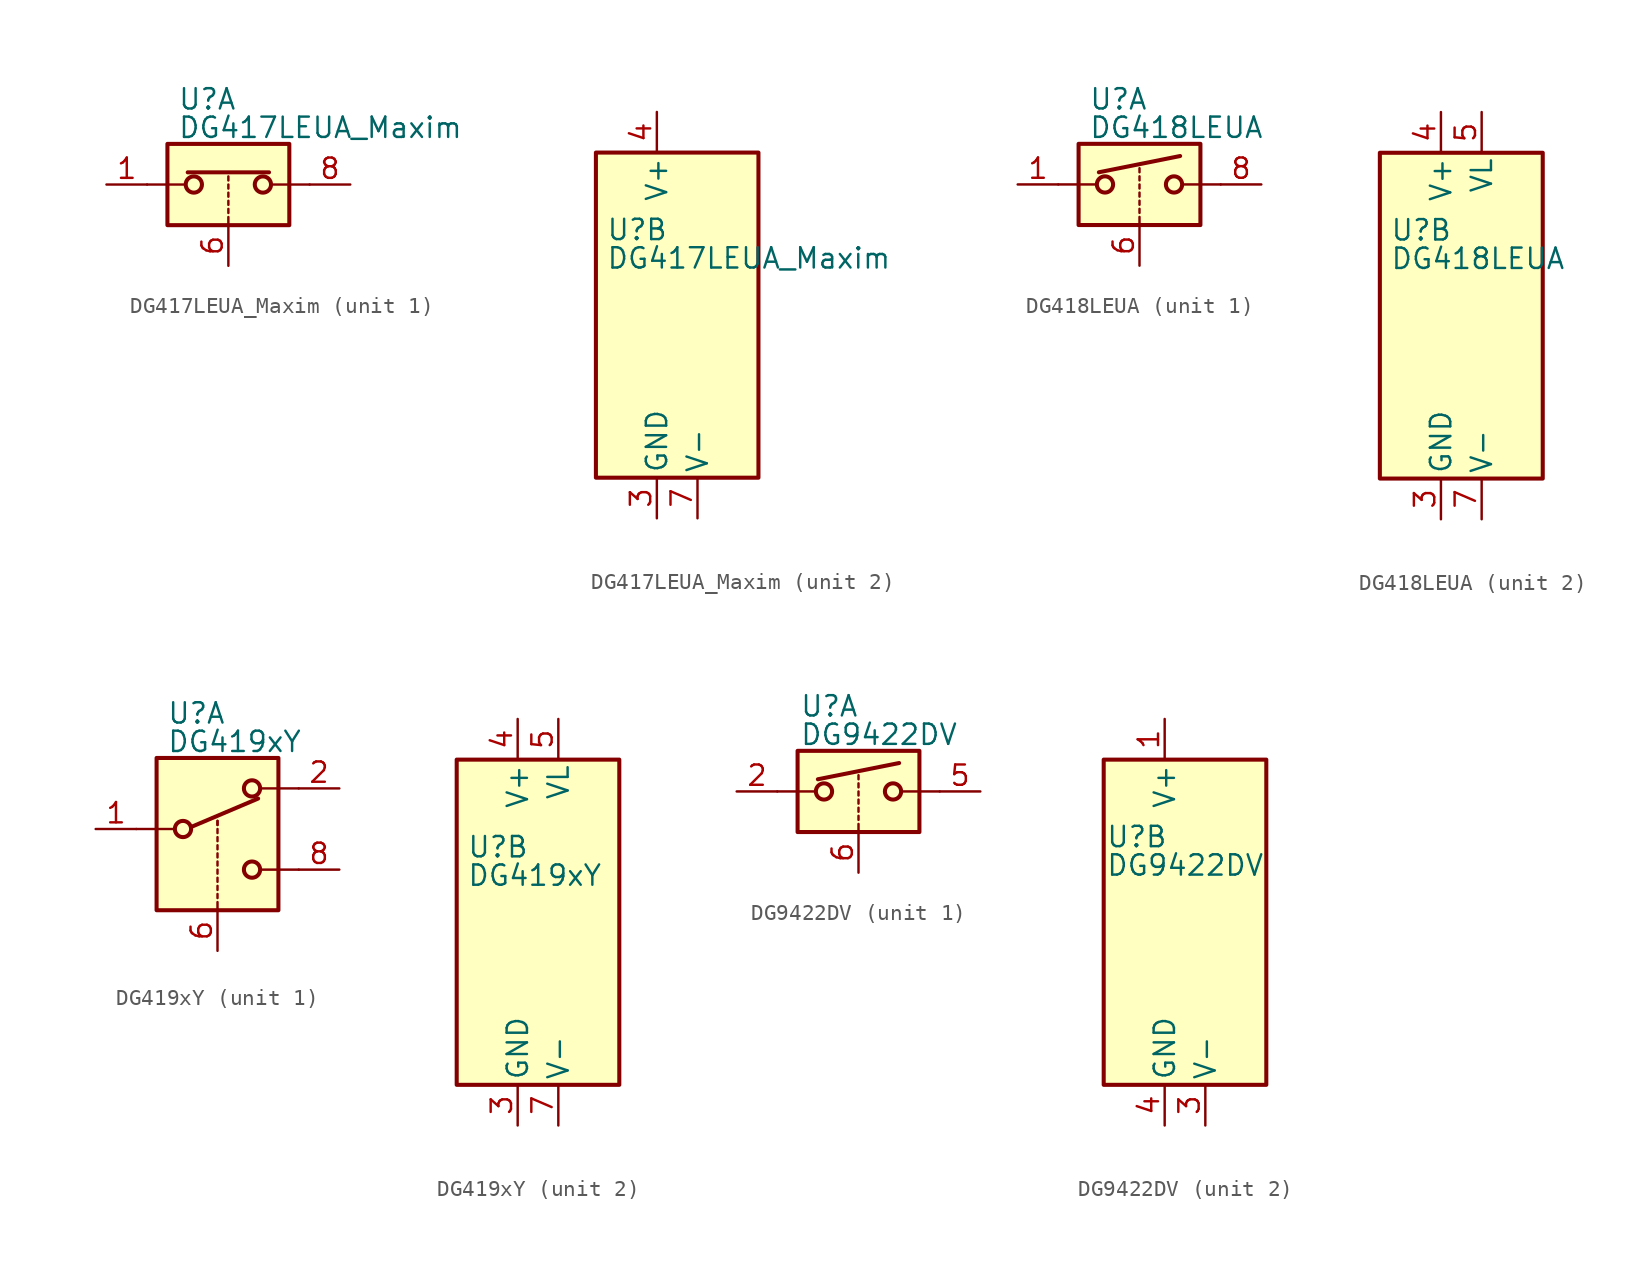
<source format=kicad_sym>
(kicad_symbol_lib
  (version 20220914)
  (generator kicad_symbol_editor)
  (symbol "DG417LEUA_Maxim"
    (pin_names
      (offset 0.254))
    (property "Reference" "U"
      (at -3.175 5.334 0)
      (effects (font (size 1.27 1.27)) (justify left)))
    (property "Value" "DG417LEUA_Maxim"
      (at -3.175 3.556 0)
      (effects (font (size 1.27 1.27)) (justify left)))
    (symbol "DG417LEUA_Maxim_1_1"
      (rectangle (start -3.81 2.54) (end 3.81 -2.54) (stroke (width 0.254) (type default)) (fill (type background)))
      (circle (center -2.159 0) (radius 0.508) (stroke (width 0.254) (type default)) (fill (type none)))
      (polyline (pts (xy -5.08 0) (xy -2.794 0)) (stroke (width 0) (type default)) (fill (type none)))
      (polyline (pts (xy -2.54 0.762) (xy 2.54 0.762)) (stroke (width 0.254) (type default)) (fill (type none)))
      (polyline (pts (xy 0 -2.54) (xy 0 -2.032)) (stroke (width 0) (type default)) (fill (type none)))
      (polyline (pts (xy 0 -1.778) (xy 0 -1.524)) (stroke (width 0) (type default)) (fill (type none)))
      (polyline (pts (xy 0 -1.27) (xy 0 -1.016)) (stroke (width 0) (type default)) (fill (type none)))
      (polyline (pts (xy 0 -0.762) (xy 0 -0.508)) (stroke (width 0) (type default)) (fill (type none)))
      (polyline (pts (xy 0 -0.254) (xy 0 0)) (stroke (width 0) (type default)) (fill (type none)))
      (polyline (pts (xy 0 0.254) (xy 0 0.508)) (stroke (width 0) (type default)) (fill (type none)))
      (polyline (pts (xy 5.08 0) (xy 2.794 0)) (stroke (width 0) (type default)) (fill (type none)))
      (circle (center 2.159 0) (radius 0.508) (stroke (width 0.254) (type default)) (fill (type none)))
      (pin passive line (at -7.62 0 0) (length 2.54) (name "~" (effects (font (size 1.27 1.27)))) (number "1" (effects (font (size 1.27 1.27)))))
      (pin input line (at 0 -5.08 90) (length 2.54) (name "~" (effects (font (size 1.27 1.27)))) (number "6" (effects (font (size 1.27 1.27)))))
      (pin passive line (at 7.62 0 180) (length 2.54) (name "~" (effects (font (size 1.27 1.27)))) (number "8" (effects (font (size 1.27 1.27))))))
    (symbol "DG417LEUA_Maxim_2_0"
      (pin no_connect line (at -2.54 10.16 270) (length 2.54) hide (name "NC" (effects (font (size 1.27 1.27)))) (number "2" (effects (font (size 1.27 1.27)))))
      (pin power_in line (at 0 -12.7 90) (length 2.54) (name "GND" (effects (font (size 1.27 1.27)))) (number "3" (effects (font (size 1.27 1.27)))))
      (pin power_in line (at 0 12.7 270) (length 2.54) (name "V+" (effects (font (size 1.27 1.27)))) (number "4" (effects (font (size 1.27 1.27)))))
      (pin no_connect line (at 2.54 10.16 270) (length 2.54) hide (name "NC" (effects (font (size 1.27 1.27)))) (number "5" (effects (font (size 1.27 1.27)))))
      (pin power_in line (at 2.54 -12.7 90) (length 2.54) (name "V-" (effects (font (size 1.27 1.27)))) (number "7" (effects (font (size 1.27 1.27))))))
    (symbol "DG417LEUA_Maxim_2_1"
      (rectangle (start -3.81 10.16) (end 6.35 -10.16) (stroke (width 0.254) (type default)) (fill (type background)))))
  (symbol "DG418LEUA"
    (pin_names
      (offset 0.254))
    (property "Reference" "U"
      (at -3.175 5.334 0)
      (effects (font (size 1.27 1.27)) (justify left)))
    (property "Value" "DG418LEUA"
      (at -3.175 3.556 0)
      (effects (font (size 1.27 1.27)) (justify left)))
    (symbol "DG418LEUA_1_1"
      (rectangle (start -3.81 2.54) (end 3.81 -2.54) (stroke (width 0.254) (type default)) (fill (type background)))
      (circle (center -2.159 0) (radius 0.508) (stroke (width 0.254) (type default)) (fill (type none)))
      (polyline (pts (xy -5.08 0) (xy -2.794 0)) (stroke (width 0) (type default)) (fill (type none)))
      (polyline (pts (xy -2.54 0.762) (xy 2.54 1.778)) (stroke (width 0.254) (type default)) (fill (type none)))
      (polyline (pts (xy 0 -2.54) (xy 0 -2.032)) (stroke (width 0) (type default)) (fill (type none)))
      (polyline (pts (xy 0 -1.778) (xy 0 -1.524)) (stroke (width 0) (type default)) (fill (type none)))
      (polyline (pts (xy 0 -1.27) (xy 0 -1.016)) (stroke (width 0) (type default)) (fill (type none)))
      (polyline (pts (xy 0 -0.762) (xy 0 -0.508)) (stroke (width 0) (type default)) (fill (type none)))
      (polyline (pts (xy 0 -0.254) (xy 0 0)) (stroke (width 0) (type default)) (fill (type none)))
      (polyline (pts (xy 0 0.254) (xy 0 0.508)) (stroke (width 0) (type default)) (fill (type none)))
      (polyline (pts (xy 0 0.762) (xy 0 1.016)) (stroke (width 0) (type default)) (fill (type none)))
      (polyline (pts (xy 5.08 0) (xy 2.794 0)) (stroke (width 0) (type default)) (fill (type none)))
      (circle (center 2.159 0) (radius 0.508) (stroke (width 0.254) (type default)) (fill (type none)))
      (pin passive line (at -7.62 0 0) (length 2.54) (name "~" (effects (font (size 1.27 1.27)))) (number "1" (effects (font (size 1.27 1.27)))))
      (pin input line (at 0 -5.08 90) (length 2.54) (name "~" (effects (font (size 1.27 1.27)))) (number "6" (effects (font (size 1.27 1.27)))))
      (pin passive line (at 7.62 0 180) (length 2.54) (name "~" (effects (font (size 1.27 1.27)))) (number "8" (effects (font (size 1.27 1.27))))))
    (symbol "DG418LEUA_2_0"
      (pin no_connect line (at -2.54 10.16 270) (length 2.54) hide (name "NC" (effects (font (size 1.27 1.27)))) (number "2" (effects (font (size 1.27 1.27)))))
      (pin power_in line (at 0 -12.7 90) (length 2.54) (name "GND" (effects (font (size 1.27 1.27)))) (number "3" (effects (font (size 1.27 1.27)))))
      (pin power_in line (at 0 12.7 270) (length 2.54) (name "V+" (effects (font (size 1.27 1.27)))) (number "4" (effects (font (size 1.27 1.27)))))
      (pin power_in line (at 2.54 12.7 270) (length 2.54) (name "VL" (effects (font (size 1.27 1.27)))) (number "5" (effects (font (size 1.27 1.27)))))
      (pin power_in line (at 2.54 -12.7 90) (length 2.54) (name "V-" (effects (font (size 1.27 1.27)))) (number "7" (effects (font (size 1.27 1.27))))))
    (symbol "DG418LEUA_2_1"
      (rectangle (start -3.81 10.16) (end 6.35 -10.16) (stroke (width 0.254) (type default)) (fill (type background)))))
  (symbol "DG419xY"
    (pin_names
      (offset 0.254))
    (property "Reference" "U"
      (at -3.175 4.699 0)
      (effects (font (size 1.27 1.27)) (justify left)))
    (property "Value" "DG419xY"
      (at -3.175 2.921 0)
      (effects (font (size 1.27 1.27)) (justify left)))
    (symbol "DG419xY_1_1"
      (rectangle (start -3.81 1.905) (end 3.81 -7.62) (stroke (width 0.254) (type default)) (fill (type background)))
      (circle (center -2.159 -2.54) (radius 0.508) (stroke (width 0.254) (type default)) (fill (type none)))
      (polyline (pts (xy -5.08 -2.54) (xy -2.794 -2.54)) (stroke (width 0) (type default)) (fill (type none)))
      (polyline (pts (xy -1.651 -2.413) (xy 2.54 -0.635)) (stroke (width 0.254) (type default)) (fill (type none)))
      (polyline (pts (xy 0 -7.62) (xy 0 -7.112)) (stroke (width 0) (type default)) (fill (type none)))
      (polyline (pts (xy 0 -6.858) (xy 0 -6.604)) (stroke (width 0) (type default)) (fill (type none)))
      (polyline (pts (xy 0 -6.35) (xy 0 -6.096)) (stroke (width 0) (type default)) (fill (type none)))
      (polyline (pts (xy 0 -5.842) (xy 0 -5.588)) (stroke (width 0) (type default)) (fill (type none)))
      (polyline (pts (xy 0 -5.334) (xy 0 -5.08)) (stroke (width 0) (type default)) (fill (type none)))
      (polyline (pts (xy 0 -4.826) (xy 0 -4.572)) (stroke (width 0) (type default)) (fill (type none)))
      (polyline (pts (xy 0 -4.318) (xy 0 -4.064)) (stroke (width 0) (type default)) (fill (type none)))
      (polyline (pts (xy 0 -3.81) (xy 0 -3.556)) (stroke (width 0) (type default)) (fill (type none)))
      (polyline (pts (xy 0 -3.302) (xy 0 -3.048)) (stroke (width 0) (type default)) (fill (type none)))
      (polyline (pts (xy 0 -2.794) (xy 0 -2.54)) (stroke (width 0) (type default)) (fill (type none)))
      (polyline (pts (xy 0 -2.286) (xy 0 -2.032)) (stroke (width 0) (type default)) (fill (type none)))
      (polyline (pts (xy 0 -2.286) (xy 0 -2.032)) (stroke (width 0) (type default)) (fill (type none)))
      (polyline (pts (xy 5.08 -5.08) (xy 2.794 -5.08)) (stroke (width 0) (type default)) (fill (type none)))
      (polyline (pts (xy 5.08 0) (xy 2.794 0)) (stroke (width 0) (type default)) (fill (type none)))
      (circle (center 2.159 -5.08) (radius 0.508) (stroke (width 0.254) (type default)) (fill (type none)))
      (circle (center 2.159 0) (radius 0.508) (stroke (width 0.254) (type default)) (fill (type none)))
      (pin passive line (at -7.62 -2.54 0) (length 2.54) (name "~" (effects (font (size 1.27 1.27)))) (number "1" (effects (font (size 1.27 1.27)))))
      (pin passive line (at 7.62 0 180) (length 2.54) (name "~" (effects (font (size 1.27 1.27)))) (number "2" (effects (font (size 1.27 1.27)))))
      (pin input line (at 0 -10.16 90) (length 2.54) (name "~" (effects (font (size 1.27 1.27)))) (number "6" (effects (font (size 1.27 1.27)))))
      (pin passive line (at 7.62 -5.08 180) (length 2.54) (name "~" (effects (font (size 1.27 1.27)))) (number "8" (effects (font (size 1.27 1.27))))))
    (symbol "DG419xY_2_0"
      (pin power_in line (at 0 -12.7 90) (length 2.54) (name "GND" (effects (font (size 1.27 1.27)))) (number "3" (effects (font (size 1.27 1.27)))))
      (pin power_in line (at 0 12.7 270) (length 2.54) (name "V+" (effects (font (size 1.27 1.27)))) (number "4" (effects (font (size 1.27 1.27)))))
      (pin power_in line (at 2.54 12.7 270) (length 2.54) (name "VL" (effects (font (size 1.27 1.27)))) (number "5" (effects (font (size 1.27 1.27)))))
      (pin power_in line (at 2.54 -12.7 90) (length 2.54) (name "V-" (effects (font (size 1.27 1.27)))) (number "7" (effects (font (size 1.27 1.27))))))
    (symbol "DG419xY_2_1"
      (rectangle (start -3.81 10.16) (end 6.35 -10.16) (stroke (width 0.254) (type default)) (fill (type background)))))
  (symbol "DG9422DV"
    (pin_names
      (offset 0.254))
    (property "Reference" "U"
      (at -3.683 5.334 0)
      (effects (font (size 1.27 1.27)) (justify left)))
    (property "Value" "DG9422DV"
      (at -3.683 3.556 0)
      (effects (font (size 1.27 1.27)) (justify left)))
    (symbol "DG9422DV_1_1"
      (rectangle (start -3.81 2.54) (end 3.81 -2.54) (stroke (width 0.254) (type default)) (fill (type background)))
      (circle (center -2.159 0) (radius 0.508) (stroke (width 0.254) (type default)) (fill (type none)))
      (polyline (pts (xy -5.08 0) (xy -2.794 0)) (stroke (width 0) (type default)) (fill (type none)))
      (polyline (pts (xy -2.54 0.762) (xy 2.54 1.778)) (stroke (width 0.254) (type default)) (fill (type none)))
      (polyline (pts (xy 0 -2.54) (xy 0 -2.032)) (stroke (width 0) (type default)) (fill (type none)))
      (polyline (pts (xy 0 -1.778) (xy 0 -1.524)) (stroke (width 0) (type default)) (fill (type none)))
      (polyline (pts (xy 0 -1.27) (xy 0 -1.016)) (stroke (width 0) (type default)) (fill (type none)))
      (polyline (pts (xy 0 -0.762) (xy 0 -0.508)) (stroke (width 0) (type default)) (fill (type none)))
      (polyline (pts (xy 0 -0.254) (xy 0 0)) (stroke (width 0) (type default)) (fill (type none)))
      (polyline (pts (xy 0 0.254) (xy 0 0.508)) (stroke (width 0) (type default)) (fill (type none)))
      (polyline (pts (xy 0 0.762) (xy 0 1.016)) (stroke (width 0) (type default)) (fill (type none)))
      (polyline (pts (xy 5.08 0) (xy 2.794 0)) (stroke (width 0) (type default)) (fill (type none)))
      (circle (center 2.159 0) (radius 0.508) (stroke (width 0.254) (type default)) (fill (type none)))
      (pin passive line (at -7.62 0 0) (length 2.54) (name "~" (effects (font (size 1.27 1.27)))) (number "2" (effects (font (size 1.27 1.27)))))
      (pin passive line (at 7.62 0 180) (length 2.54) (name "~" (effects (font (size 1.27 1.27)))) (number "5" (effects (font (size 1.27 1.27)))))
      (pin input line (at 0 -5.08 90) (length 2.54) (name "~" (effects (font (size 1.27 1.27)))) (number "6" (effects (font (size 1.27 1.27))))))
    (symbol "DG9422DV_2_0"
      (pin power_in line (at 0 12.7 270) (length 2.54) (name "V+" (effects (font (size 1.27 1.27)))) (number "1" (effects (font (size 1.27 1.27)))))
      (pin power_in line (at 2.54 -12.7 90) (length 2.54) (name "V-" (effects (font (size 1.27 1.27)))) (number "3" (effects (font (size 1.27 1.27)))))
      (pin power_in line (at 0 -12.7 90) (length 2.54) (name "GND" (effects (font (size 1.27 1.27)))) (number "4" (effects (font (size 1.27 1.27))))))
    (symbol "DG9422DV_2_1"
      (rectangle (start -3.81 10.16) (end 6.35 -10.16) (stroke (width 0.254) (type default)) (fill (type background))))))
</source>
